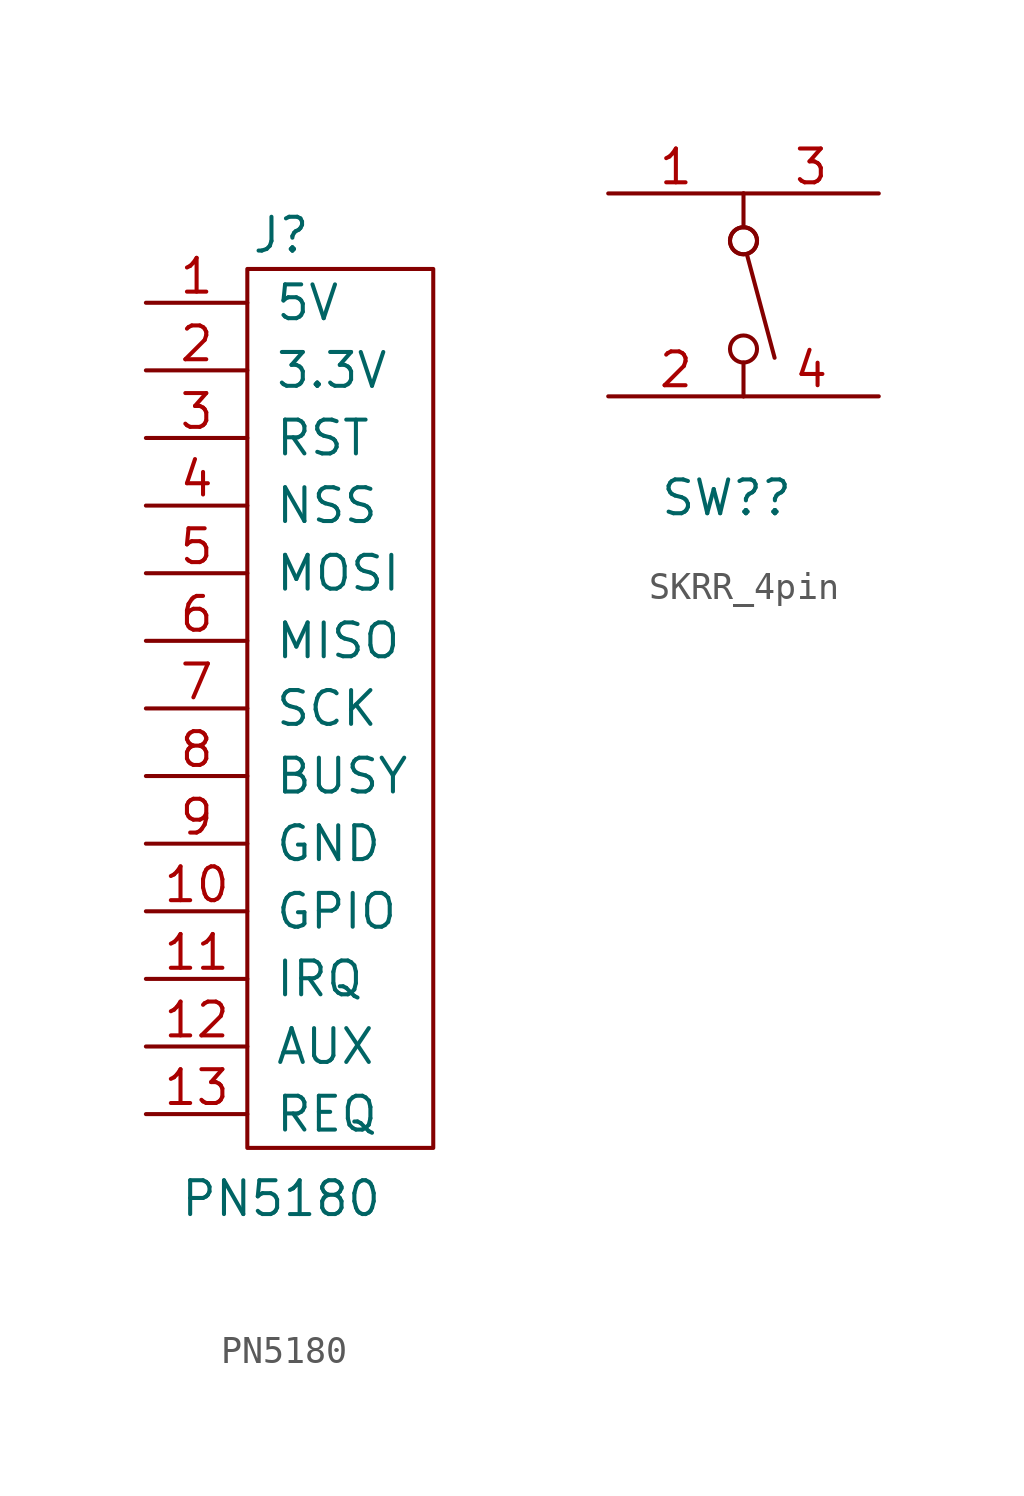
<source format=kicad_sym>
(kicad_symbol_lib
  (version 20220914)
  (generator kicad_symbol_editor)
  (symbol "PN5180"
    (pin_names
      (offset 1.016))
    (property "Reference" "J"
      (at 0 17.78 0)
      (effects (font (size 1.27 1.27))))
    (property "Value" "PN5180"
      (at 0 -18.415 0)
      (effects (font (size 1.27 1.27))))
    (symbol "PN5180_1_1"
      (rectangle (start -1.27 16.51) (end 5.715 -16.51) (stroke (width 0) (type default)) (fill (type none)))
      (pin power_in line (at -5.08 15.24 0) (length 3.81) (name "5V" (effects (font (size 1.27 1.27)))) (number "1" (effects (font (size 1.27 1.27)))))
      (pin bidirectional line (at -5.08 -7.62 0) (length 3.81) (name "GPIO" (effects (font (size 1.27 1.27)))) (number "10" (effects (font (size 1.27 1.27)))))
      (pin output line (at -5.08 -10.16 0) (length 3.81) (name "IRQ" (effects (font (size 1.27 1.27)))) (number "11" (effects (font (size 1.27 1.27)))))
      (pin bidirectional line (at -5.08 -12.7 0) (length 3.81) (name "AUX" (effects (font (size 1.27 1.27)))) (number "12" (effects (font (size 1.27 1.27)))))
      (pin bidirectional line (at -5.08 -15.24 0) (length 3.81) (name "REQ" (effects (font (size 1.27 1.27)))) (number "13" (effects (font (size 1.27 1.27)))))
      (pin power_in line (at -5.08 12.7 0) (length 3.81) (name "3.3V" (effects (font (size 1.27 1.27)))) (number "2" (effects (font (size 1.27 1.27)))))
      (pin input line (at -5.08 10.16 0) (length 3.81) (name "RST" (effects (font (size 1.27 1.27)))) (number "3" (effects (font (size 1.27 1.27)))))
      (pin input line (at -5.08 7.62 0) (length 3.81) (name "NSS" (effects (font (size 1.27 1.27)))) (number "4" (effects (font (size 1.27 1.27)))))
      (pin input line (at -5.08 5.08 0) (length 3.81) (name "MOSI" (effects (font (size 1.27 1.27)))) (number "5" (effects (font (size 1.27 1.27)))))
      (pin output line (at -5.08 2.54 0) (length 3.81) (name "MISO" (effects (font (size 1.27 1.27)))) (number "6" (effects (font (size 1.27 1.27)))))
      (pin input line (at -5.08 0 0) (length 3.81) (name "SCK" (effects (font (size 1.27 1.27)))) (number "7" (effects (font (size 1.27 1.27)))))
      (pin output line (at -5.08 -2.54 0) (length 3.81) (name "BUSY" (effects (font (size 1.27 1.27)))) (number "8" (effects (font (size 1.27 1.27)))))
      (pin power_in line (at -5.08 -5.08 0) (length 3.81) (name "GND" (effects (font (size 1.27 1.27)))) (number "9" (effects (font (size 1.27 1.27)))))))
  (symbol "SKRR_4pin"
    (pin_names
      (offset 0) hide)
    (property "Reference" "SW?"
      (at -0.635 -7.62 0)
      (effects (font (size 1.27 1.27))))
    (symbol "SKRR_4pin_0_0"
      (circle (center 0 -2.032) (radius 0.508) (stroke (width 0) (type default)) (fill (type none)))
      (polyline (pts (xy 0.127 1.524) (xy 1.168 -2.362)) (stroke (width 0) (type default)) (fill (type none)))
      (circle (center 0 2.032) (radius 0.508) (stroke (width 0) (type default)) (fill (type none)))
      (circle (center 0 2.032) (radius 0.508) (stroke (width 0) (type default)) (fill (type none))))
    (symbol "SKRR_4pin_0_1"
      (polyline (pts (xy 0 -2.54) (xy 0 -3.81)) (stroke (width 0) (type default)) (fill (type none)))
      (polyline (pts (xy 0 3.81) (xy 0 2.54)) (stroke (width 0) (type default)) (fill (type none))))
    (symbol "SKRR_4pin_1_1"
      (pin passive line (at -5.08 3.81 0) (length 5.08) (name "~" (effects (font (size 1.27 1.27)))) (number "1" (effects (font (size 1.27 1.27)))))
      (pin passive line (at -5.08 -3.81 0) (length 5.08) (name "~" (effects (font (size 1.27 1.27)))) (number "2" (effects (font (size 1.27 1.27)))))
      (pin passive line (at 5.08 3.81 180) (length 5.08) (name "~" (effects (font (size 1.27 1.27)))) (number "3" (effects (font (size 1.27 1.27)))))
      (pin passive line (at 5.08 -3.81 180) (length 5.08) (name "~" (effects (font (size 1.27 1.27)))) (number "4" (effects (font (size 1.27 1.27))))))))
</source>
